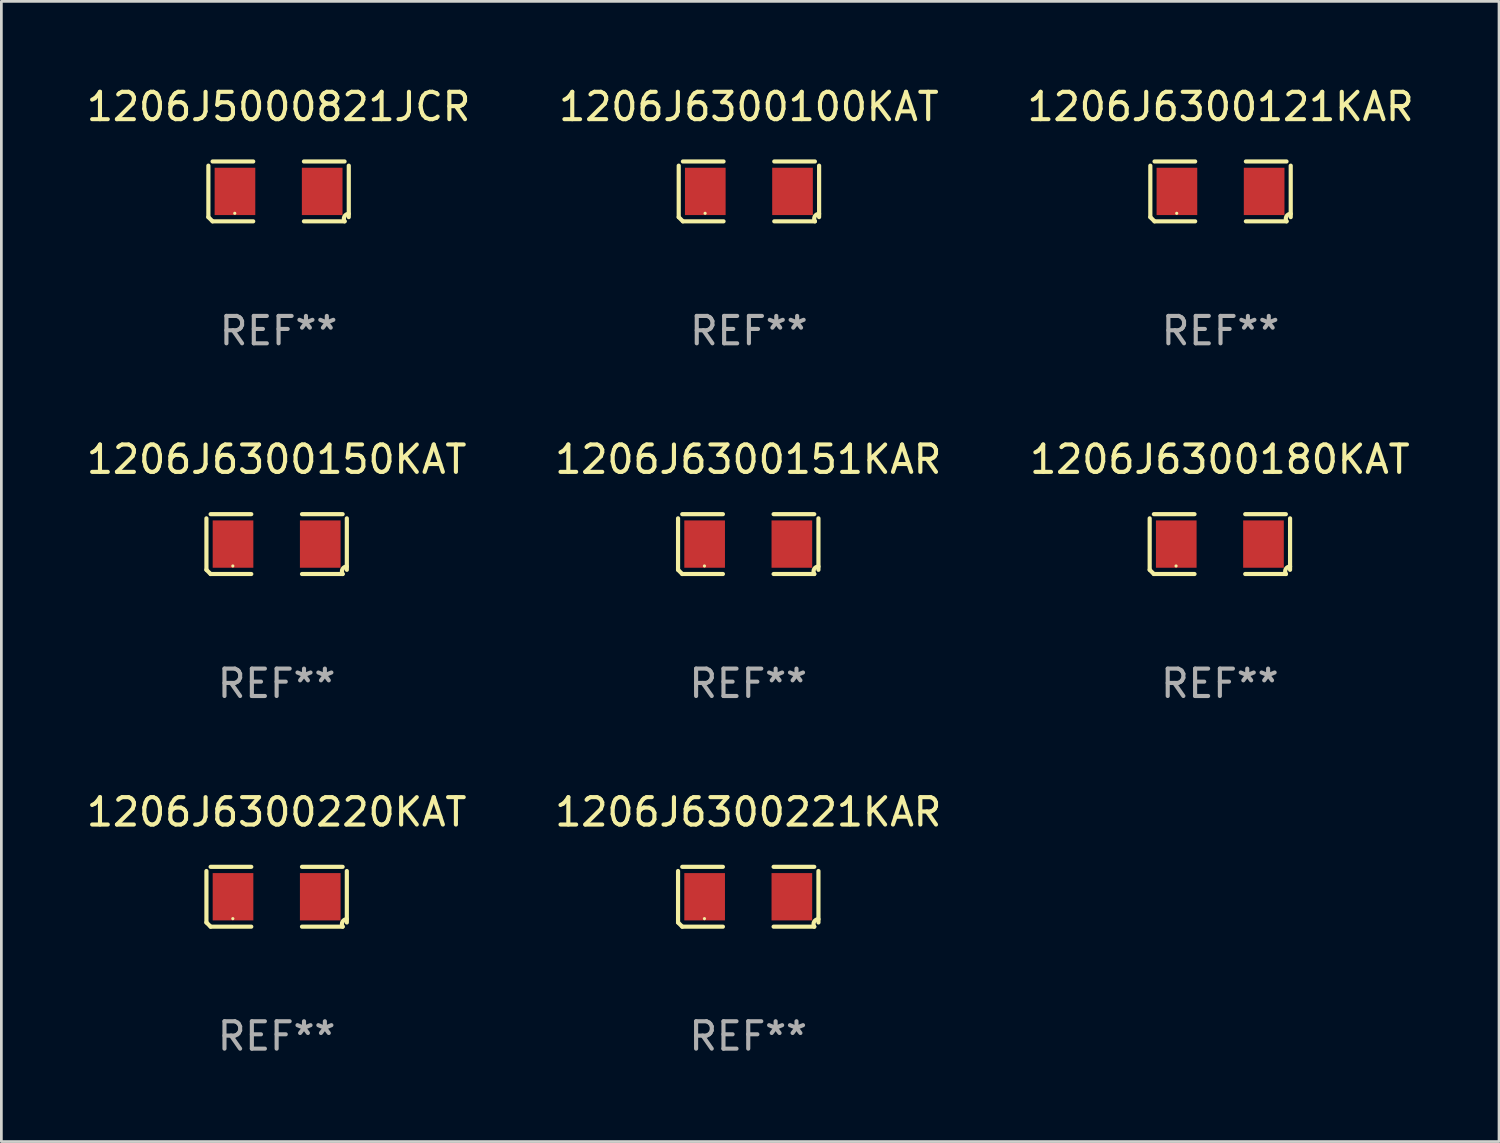
<source format=kicad_pcb>
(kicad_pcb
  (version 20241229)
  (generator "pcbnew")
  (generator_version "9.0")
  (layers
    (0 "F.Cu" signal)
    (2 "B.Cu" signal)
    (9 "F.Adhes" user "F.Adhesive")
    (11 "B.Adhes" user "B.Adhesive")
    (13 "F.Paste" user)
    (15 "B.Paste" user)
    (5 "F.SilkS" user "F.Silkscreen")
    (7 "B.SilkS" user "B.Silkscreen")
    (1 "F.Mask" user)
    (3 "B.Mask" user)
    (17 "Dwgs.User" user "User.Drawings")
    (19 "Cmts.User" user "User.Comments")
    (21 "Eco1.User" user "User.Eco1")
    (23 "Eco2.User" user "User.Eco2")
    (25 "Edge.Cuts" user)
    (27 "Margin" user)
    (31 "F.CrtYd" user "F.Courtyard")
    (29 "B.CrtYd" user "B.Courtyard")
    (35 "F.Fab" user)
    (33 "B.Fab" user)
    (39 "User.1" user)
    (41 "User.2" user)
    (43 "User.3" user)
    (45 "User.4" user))
  (footprint "1206J6300150KAT"
    (layer "F.Cu")
    (at 7.054 16.823)
    (property "Reference" "1206J6300150KAT" (at 0 -3.093 0) (layer "F.SilkS") (effects (font (size 1 1) (thickness 0.15))))
    (attr through_hole)
    (fp_line (start -2.564 0.94) (end -2.564 -0.94) (stroke (width 0.152) (type solid)) (layer "F.SilkS"))
    (fp_line (start -2.411 -1.093) (end -0.926 -1.093) (stroke (width 0.152) (type solid)) (layer "F.SilkS"))
    (fp_line (start -0.926 1.093) (end -2.411 1.093) (stroke (width 0.152) (type solid)) (layer "F.SilkS"))
    (fp_line (start 0.926 1.093) (end 2.411 1.093) (stroke (width 0.152) (type solid)) (layer "F.SilkS"))
    (fp_line (start 2.411 -1.093) (end 0.926 -1.093) (stroke (width 0.152) (type solid)) (layer "F.SilkS"))
    (fp_line (start 2.564 0.94) (end 2.564 -0.94) (stroke (width 0.152) (type solid)) (layer "F.SilkS"))
    (fp_arc (start -2.411201 1.092609) (mid -2.487413 1.01642) (end -2.563602 0.940208) (stroke (width 0.1524) (type solid)) (layer "F.SilkS"))
    (fp_arc (start 2.411201 1.092609) (mid 2.407159 0.911226) (end 2.563602 0.819347) (stroke (width 0.1524) (type solid)) (layer "F.SilkS"))
    (fp_circle (center -1.6 0.8) (end -1.57 0.8) (stroke (width 0.06) (type solid)) (fill no) (layer "F.SilkS"))
    (fp_text user "REF**" (at 0 5.093 0) (layer "F.Fab") (effects (font (size 1 1) (thickness 0.15))))
    (pad "1" smd rect (at -1.593 0) (size 1.485 1.728) (layers "F.Cu" "F.Mask" "F.Paste"))
    (pad "2" smd rect (at 1.593 0) (size 1.485 1.728) (layers "F.Cu" "F.Mask" "F.Paste")))
  (footprint "1206J6300221KAR"
    (layer "F.Cu")
    (at 24.28 29.704)
    (property "Reference" "1206J6300221KAR" (at 0 -3.093 0) (layer "F.SilkS") (effects (font (size 1 1) (thickness 0.15))))
    (attr through_hole)
    (fp_line (start -2.564 0.94) (end -2.564 -0.94) (stroke (width 0.152) (type solid)) (layer "F.SilkS"))
    (fp_line (start -2.411 -1.093) (end -0.926 -1.093) (stroke (width 0.152) (type solid)) (layer "F.SilkS"))
    (fp_line (start -0.926 1.093) (end -2.411 1.093) (stroke (width 0.152) (type solid)) (layer "F.SilkS"))
    (fp_line (start 0.926 1.093) (end 2.411 1.093) (stroke (width 0.152) (type solid)) (layer "F.SilkS"))
    (fp_line (start 2.411 -1.093) (end 0.926 -1.093) (stroke (width 0.152) (type solid)) (layer "F.SilkS"))
    (fp_line (start 2.564 0.94) (end 2.564 -0.94) (stroke (width 0.152) (type solid)) (layer "F.SilkS"))
    (fp_arc (start -2.411201 1.092609) (mid -2.487413 1.01642) (end -2.563602 0.940208) (stroke (width 0.1524) (type solid)) (layer "F.SilkS"))
    (fp_arc (start 2.411201 1.092609) (mid 2.407159 0.911226) (end 2.563602 0.819347) (stroke (width 0.1524) (type solid)) (layer "F.SilkS"))
    (fp_circle (center -1.6 0.8) (end -1.57 0.8) (stroke (width 0.06) (type solid)) (fill no) (layer "F.SilkS"))
    (fp_text user "REF**" (at 0 5.093 0) (layer "F.Fab") (effects (font (size 1 1) (thickness 0.15))))
    (pad "1" smd rect (at -1.593 0) (size 1.485 1.728) (layers "F.Cu" "F.Mask" "F.Paste"))
    (pad "2" smd rect (at 1.593 0) (size 1.485 1.728) (layers "F.Cu" "F.Mask" "F.Paste")))
  (footprint "1206J6300220KAT"
    (layer "F.Cu")
    (at 7.054 29.704)
    (property "Reference" "1206J6300220KAT" (at 0 -3.093 0) (layer "F.SilkS") (effects (font (size 1 1) (thickness 0.15))))
    (attr through_hole)
    (fp_line (start -2.564 0.94) (end -2.564 -0.94) (stroke (width 0.152) (type solid)) (layer "F.SilkS"))
    (fp_line (start -2.411 -1.093) (end -0.926 -1.093) (stroke (width 0.152) (type solid)) (layer "F.SilkS"))
    (fp_line (start -0.926 1.093) (end -2.411 1.093) (stroke (width 0.152) (type solid)) (layer "F.SilkS"))
    (fp_line (start 0.926 1.093) (end 2.411 1.093) (stroke (width 0.152) (type solid)) (layer "F.SilkS"))
    (fp_line (start 2.411 -1.093) (end 0.926 -1.093) (stroke (width 0.152) (type solid)) (layer "F.SilkS"))
    (fp_line (start 2.564 0.94) (end 2.564 -0.94) (stroke (width 0.152) (type solid)) (layer "F.SilkS"))
    (fp_arc (start -2.411201 1.092609) (mid -2.487413 1.01642) (end -2.563602 0.940208) (stroke (width 0.1524) (type solid)) (layer "F.SilkS"))
    (fp_arc (start 2.411201 1.092609) (mid 2.407159 0.911226) (end 2.563602 0.819347) (stroke (width 0.1524) (type solid)) (layer "F.SilkS"))
    (fp_circle (center -1.6 0.8) (end -1.57 0.8) (stroke (width 0.06) (type solid)) (fill no) (layer "F.SilkS"))
    (fp_text user "REF**" (at 0 5.093 0) (layer "F.Fab") (effects (font (size 1 1) (thickness 0.15))))
    (pad "1" smd rect (at -1.593 0) (size 1.485 1.728) (layers "F.Cu" "F.Mask" "F.Paste"))
    (pad "2" smd rect (at 1.593 0) (size 1.485 1.728) (layers "F.Cu" "F.Mask" "F.Paste")))
  (footprint "1206J6300151KAR"
    (layer "F.Cu")
    (at 24.28 16.823)
    (property "Reference" "1206J6300151KAR" (at 0 -3.093 0) (layer "F.SilkS") (effects (font (size 1 1) (thickness 0.15))))
    (attr through_hole)
    (fp_line (start -2.564 0.94) (end -2.564 -0.94) (stroke (width 0.152) (type solid)) (layer "F.SilkS"))
    (fp_line (start -2.411 -1.093) (end -0.926 -1.093) (stroke (width 0.152) (type solid)) (layer "F.SilkS"))
    (fp_line (start -0.926 1.093) (end -2.411 1.093) (stroke (width 0.152) (type solid)) (layer "F.SilkS"))
    (fp_line (start 0.926 1.093) (end 2.411 1.093) (stroke (width 0.152) (type solid)) (layer "F.SilkS"))
    (fp_line (start 2.411 -1.093) (end 0.926 -1.093) (stroke (width 0.152) (type solid)) (layer "F.SilkS"))
    (fp_line (start 2.564 0.94) (end 2.564 -0.94) (stroke (width 0.152) (type solid)) (layer "F.SilkS"))
    (fp_arc (start -2.411201 1.092609) (mid -2.487413 1.01642) (end -2.563602 0.940208) (stroke (width 0.1524) (type solid)) (layer "F.SilkS"))
    (fp_arc (start 2.411201 1.092609) (mid 2.407159 0.911226) (end 2.563602 0.819347) (stroke (width 0.1524) (type solid)) (layer "F.SilkS"))
    (fp_circle (center -1.6 0.8) (end -1.57 0.8) (stroke (width 0.06) (type solid)) (fill no) (layer "F.SilkS"))
    (fp_text user "REF**" (at 0 5.093 0) (layer "F.Fab") (effects (font (size 1 1) (thickness 0.15))))
    (pad "1" smd rect (at -1.593 0) (size 1.485 1.728) (layers "F.Cu" "F.Mask" "F.Paste"))
    (pad "2" smd rect (at 1.593 0) (size 1.485 1.728) (layers "F.Cu" "F.Mask" "F.Paste")))
  (footprint "1206J6300121KAR"
    (layer "F.Cu")
    (at 41.53 3.941)
    (property "Reference" "1206J6300121KAR" (at 0 -3.093 0) (layer "F.SilkS") (effects (font (size 1 1) (thickness 0.15))))
    (attr through_hole)
    (fp_line (start -2.564 0.94) (end -2.564 -0.94) (stroke (width 0.152) (type solid)) (layer "F.SilkS"))
    (fp_line (start -2.411 -1.093) (end -0.926 -1.093) (stroke (width 0.152) (type solid)) (layer "F.SilkS"))
    (fp_line (start -0.926 1.093) (end -2.411 1.093) (stroke (width 0.152) (type solid)) (layer "F.SilkS"))
    (fp_line (start 0.926 1.093) (end 2.411 1.093) (stroke (width 0.152) (type solid)) (layer "F.SilkS"))
    (fp_line (start 2.411 -1.093) (end 0.926 -1.093) (stroke (width 0.152) (type solid)) (layer "F.SilkS"))
    (fp_line (start 2.564 0.94) (end 2.564 -0.94) (stroke (width 0.152) (type solid)) (layer "F.SilkS"))
    (fp_arc (start -2.411201 1.092609) (mid -2.487413 1.01642) (end -2.563602 0.940208) (stroke (width 0.1524) (type solid)) (layer "F.SilkS"))
    (fp_arc (start 2.411201 1.092609) (mid 2.407159 0.911226) (end 2.563602 0.819347) (stroke (width 0.1524) (type solid)) (layer "F.SilkS"))
    (fp_circle (center -1.6 0.8) (end -1.57 0.8) (stroke (width 0.06) (type solid)) (fill no) (layer "F.SilkS"))
    (fp_text user "REF**" (at 0 5.093 0) (layer "F.Fab") (effects (font (size 1 1) (thickness 0.15))))
    (pad "1" smd rect (at -1.593 0) (size 1.485 1.728) (layers "F.Cu" "F.Mask" "F.Paste"))
    (pad "2" smd rect (at 1.593 0) (size 1.485 1.728) (layers "F.Cu" "F.Mask" "F.Paste")))
  (footprint "1206J5000821JCR"
    (layer "F.Cu")
    (at 7.125 3.941)
    (property "Reference" "1206J5000821JCR" (at 0 -3.093 0) (layer "F.SilkS") (effects (font (size 1 1) (thickness 0.15))))
    (attr through_hole)
    (fp_line (start -2.564 0.94) (end -2.564 -0.94) (stroke (width 0.152) (type solid)) (layer "F.SilkS"))
    (fp_line (start -2.411 -1.093) (end -0.926 -1.093) (stroke (width 0.152) (type solid)) (layer "F.SilkS"))
    (fp_line (start -0.926 1.093) (end -2.411 1.093) (stroke (width 0.152) (type solid)) (layer "F.SilkS"))
    (fp_line (start 0.926 1.093) (end 2.411 1.093) (stroke (width 0.152) (type solid)) (layer "F.SilkS"))
    (fp_line (start 2.411 -1.093) (end 0.926 -1.093) (stroke (width 0.152) (type solid)) (layer "F.SilkS"))
    (fp_line (start 2.564 0.94) (end 2.564 -0.94) (stroke (width 0.152) (type solid)) (layer "F.SilkS"))
    (fp_arc (start -2.411201 1.092609) (mid -2.487413 1.01642) (end -2.563602 0.940208) (stroke (width 0.1524) (type solid)) (layer "F.SilkS"))
    (fp_arc (start 2.411201 1.092609) (mid 2.407159 0.911226) (end 2.563602 0.819347) (stroke (width 0.1524) (type solid)) (layer "F.SilkS"))
    (fp_circle (center -1.6 0.8) (end -1.57 0.8) (stroke (width 0.06) (type solid)) (fill no) (layer "F.SilkS"))
    (fp_text user "REF**" (at 0 5.093 0) (layer "F.Fab") (effects (font (size 1 1) (thickness 0.15))))
    (pad "1" smd rect (at -1.593 0) (size 1.485 1.728) (layers "F.Cu" "F.Mask" "F.Paste"))
    (pad "2" smd rect (at 1.593 0) (size 1.485 1.728) (layers "F.Cu" "F.Mask" "F.Paste")))
  (footprint "1206J6300100KAT"
    (layer "F.Cu")
    (at 24.304 3.941)
    (property "Reference" "1206J6300100KAT" (at 0 -3.093 0) (layer "F.SilkS") (effects (font (size 1 1) (thickness 0.15))))
    (attr through_hole)
    (fp_line (start -2.564 0.94) (end -2.564 -0.94) (stroke (width 0.152) (type solid)) (layer "F.SilkS"))
    (fp_line (start -2.411 -1.093) (end -0.926 -1.093) (stroke (width 0.152) (type solid)) (layer "F.SilkS"))
    (fp_line (start -0.926 1.093) (end -2.411 1.093) (stroke (width 0.152) (type solid)) (layer "F.SilkS"))
    (fp_line (start 0.926 1.093) (end 2.411 1.093) (stroke (width 0.152) (type solid)) (layer "F.SilkS"))
    (fp_line (start 2.411 -1.093) (end 0.926 -1.093) (stroke (width 0.152) (type solid)) (layer "F.SilkS"))
    (fp_line (start 2.564 0.94) (end 2.564 -0.94) (stroke (width 0.152) (type solid)) (layer "F.SilkS"))
    (fp_arc (start -2.411201 1.092609) (mid -2.487413 1.01642) (end -2.563602 0.940208) (stroke (width 0.1524) (type solid)) (layer "F.SilkS"))
    (fp_arc (start 2.411201 1.092609) (mid 2.407159 0.911226) (end 2.563602 0.819347) (stroke (width 0.1524) (type solid)) (layer "F.SilkS"))
    (fp_circle (center -1.6 0.8) (end -1.57 0.8) (stroke (width 0.06) (type solid)) (fill no) (layer "F.SilkS"))
    (fp_text user "REF**" (at 0 5.093 0) (layer "F.Fab") (effects (font (size 1 1) (thickness 0.15))))
    (pad "1" smd rect (at -1.593 0) (size 1.485 1.728) (layers "F.Cu" "F.Mask" "F.Paste"))
    (pad "2" smd rect (at 1.593 0) (size 1.485 1.728) (layers "F.Cu" "F.Mask" "F.Paste")))
  (footprint "1206J6300180KAT"
    (layer "F.Cu")
    (at 41.506 16.823)
    (property "Reference" "1206J6300180KAT" (at 0 -3.093 0) (layer "F.SilkS") (effects (font (size 1 1) (thickness 0.15))))
    (attr through_hole)
    (fp_line (start -2.564 0.94) (end -2.564 -0.94) (stroke (width 0.152) (type solid)) (layer "F.SilkS"))
    (fp_line (start -2.411 -1.093) (end -0.926 -1.093) (stroke (width 0.152) (type solid)) (layer "F.SilkS"))
    (fp_line (start -0.926 1.093) (end -2.411 1.093) (stroke (width 0.152) (type solid)) (layer "F.SilkS"))
    (fp_line (start 0.926 1.093) (end 2.411 1.093) (stroke (width 0.152) (type solid)) (layer "F.SilkS"))
    (fp_line (start 2.411 -1.093) (end 0.926 -1.093) (stroke (width 0.152) (type solid)) (layer "F.SilkS"))
    (fp_line (start 2.564 0.94) (end 2.564 -0.94) (stroke (width 0.152) (type solid)) (layer "F.SilkS"))
    (fp_arc (start -2.411201 1.092609) (mid -2.487413 1.01642) (end -2.563602 0.940208) (stroke (width 0.1524) (type solid)) (layer "F.SilkS"))
    (fp_arc (start 2.411201 1.092609) (mid 2.407159 0.911226) (end 2.563602 0.819347) (stroke (width 0.1524) (type solid)) (layer "F.SilkS"))
    (fp_circle (center -1.6 0.8) (end -1.57 0.8) (stroke (width 0.06) (type solid)) (fill no) (layer "F.SilkS"))
    (fp_text user "REF**" (at 0 5.093 0) (layer "F.Fab") (effects (font (size 1 1) (thickness 0.15))))
    (pad "1" smd rect (at -1.593 0) (size 1.485 1.728) (layers "F.Cu" "F.Mask" "F.Paste"))
    (pad "2" smd rect (at 1.593 0) (size 1.485 1.728) (layers "F.Cu" "F.Mask" "F.Paste")))
  (gr_rect
    (start -3 -3)
    (end 51.702 38.645)
    (stroke (width 0.1) (type default))
    (fill no)
    (layer "Edge.Cuts")))
</source>
